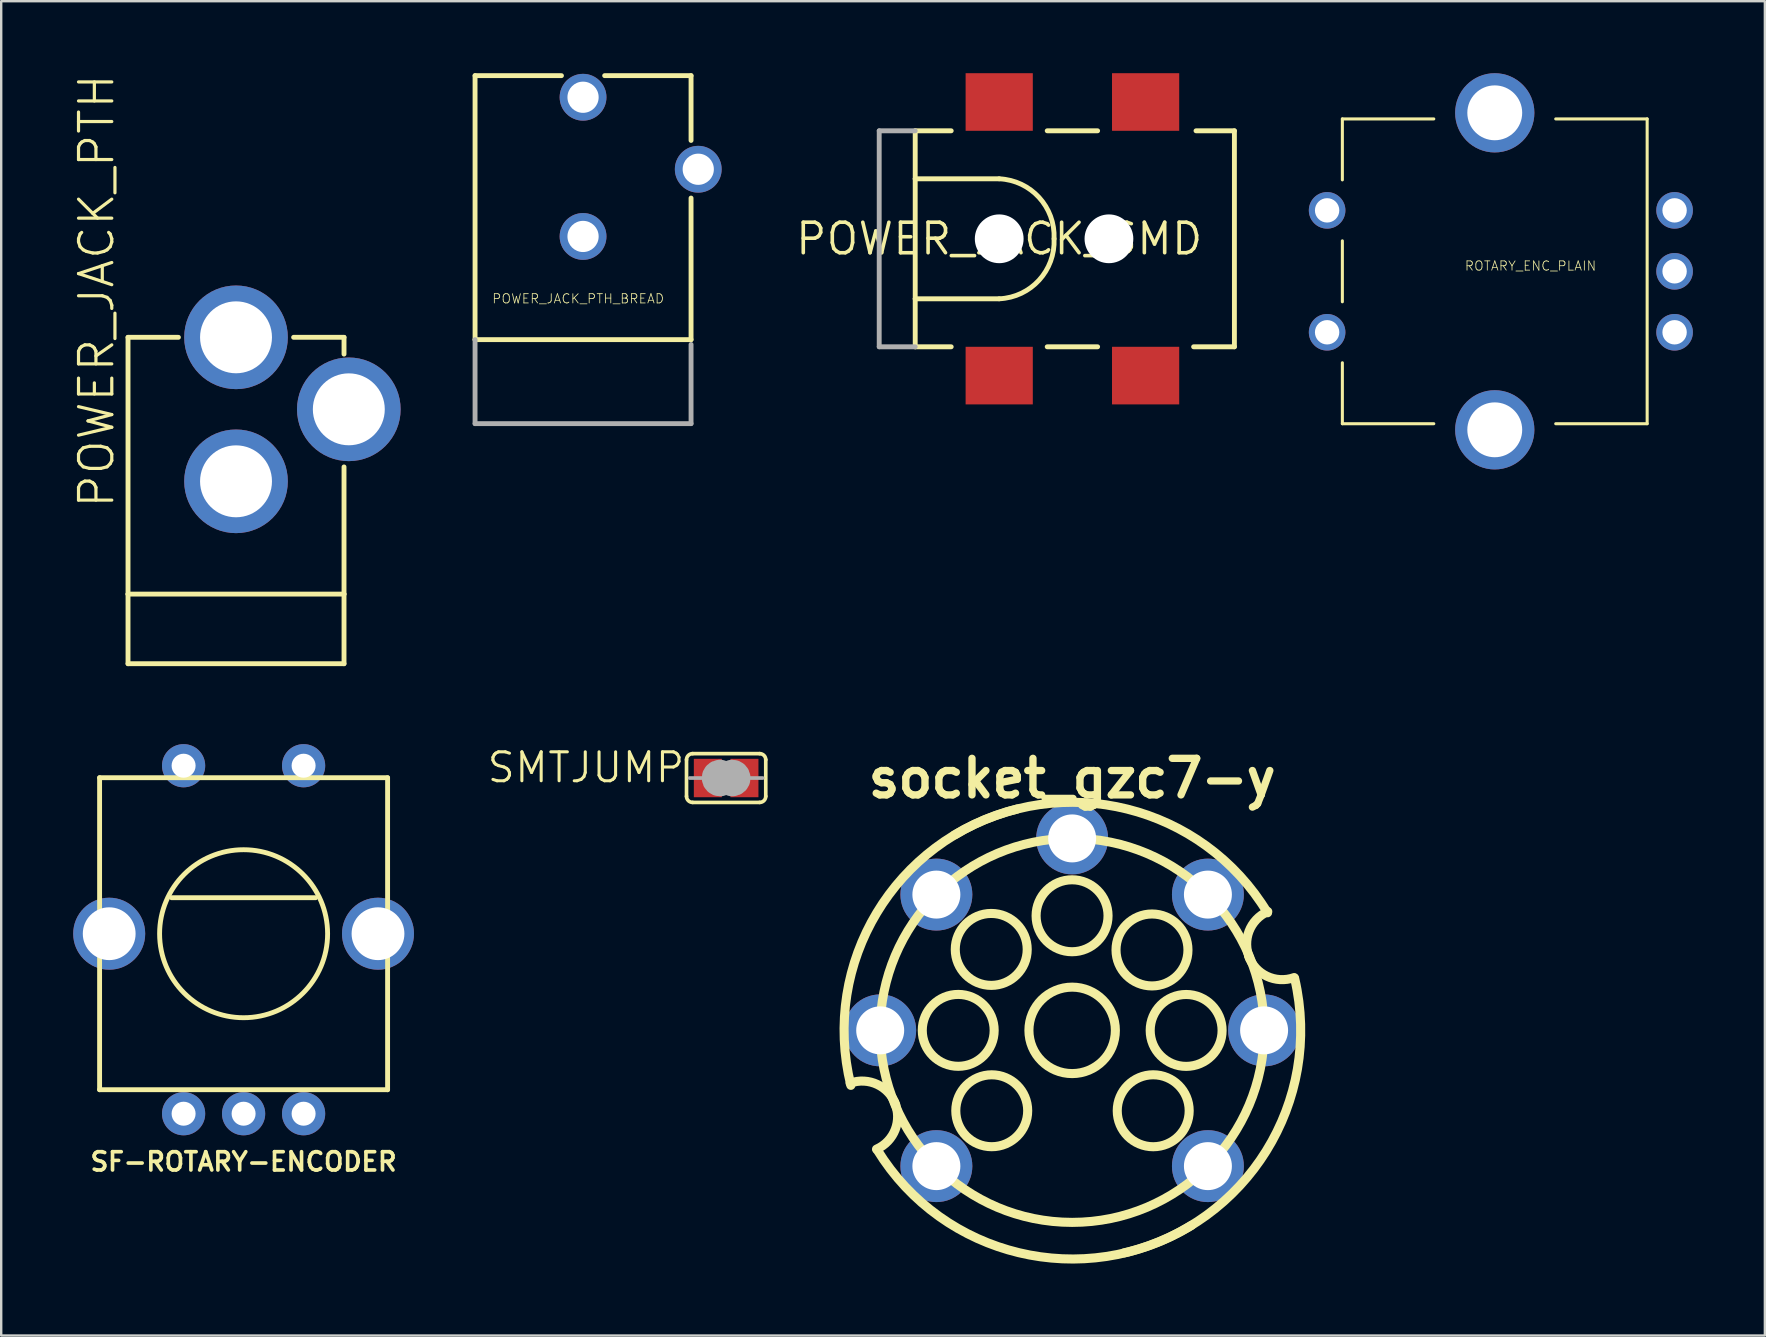
<source format=kicad_pcb>
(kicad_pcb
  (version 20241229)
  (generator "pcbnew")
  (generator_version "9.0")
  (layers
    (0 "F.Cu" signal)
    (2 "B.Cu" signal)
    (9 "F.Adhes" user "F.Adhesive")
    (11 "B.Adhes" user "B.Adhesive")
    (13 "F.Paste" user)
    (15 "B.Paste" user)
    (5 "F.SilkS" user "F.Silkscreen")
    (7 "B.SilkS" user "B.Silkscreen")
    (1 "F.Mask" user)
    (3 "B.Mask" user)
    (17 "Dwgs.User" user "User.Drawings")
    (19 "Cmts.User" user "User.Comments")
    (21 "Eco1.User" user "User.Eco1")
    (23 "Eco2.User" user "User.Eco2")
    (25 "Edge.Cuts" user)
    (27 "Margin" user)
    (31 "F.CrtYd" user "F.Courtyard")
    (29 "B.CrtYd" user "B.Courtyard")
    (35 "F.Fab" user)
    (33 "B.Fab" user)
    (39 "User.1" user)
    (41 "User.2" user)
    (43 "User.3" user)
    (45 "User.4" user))
  (footprint "ROTARY_ENC_PLAIN"
    (layer "F.Cu")
    (at 59.232 8.255)
    (property "Reference" "ROTARY_ENC_PLAIN" (at -1.27 0 0) (layer "F.SilkS") (effects (font (size 0.386 0.386) (thickness 0.033)) (justify left bottom)))
    (attr through_hole)
    (fp_line (start -6.35 -6.35) (end -6.35 -3.81) (stroke (width 0.127) (type solid)) (layer "F.SilkS"))
    (fp_line (start -6.35 -6.35) (end -2.54 -6.35) (stroke (width 0.127) (type solid)) (layer "F.SilkS"))
    (fp_line (start -6.35 -1.27) (end -6.35 1.27) (stroke (width 0.127) (type solid)) (layer "F.SilkS"))
    (fp_line (start -6.35 6.35) (end -6.35 3.81) (stroke (width 0.127) (type solid)) (layer "F.SilkS"))
    (fp_line (start -2.54 6.35) (end -6.35 6.35) (stroke (width 0.127) (type solid)) (layer "F.SilkS"))
    (fp_line (start 2.54 -6.35) (end 6.35 -6.35) (stroke (width 0.127) (type solid)) (layer "F.SilkS"))
    (fp_line (start 6.35 -6.35) (end 6.35 6.35) (stroke (width 0.127) (type solid)) (layer "F.SilkS"))
    (fp_line (start 6.35 6.35) (end 2.54 6.35) (stroke (width 0.127) (type solid)) (layer "F.SilkS"))
    (pad "A" thru_hole circle (at 7.493 2.54) (size 1.524 1.524) (drill 1.016) (layers "*.Cu" "*.Mask"))
    (pad "B" thru_hole circle (at 7.493 -2.54) (size 1.524 1.524) (drill 1.016) (layers "*.Cu" "*.Mask"))
    (pad "C" thru_hole circle (at 7.493 0) (size 1.524 1.524) (drill 1.016) (layers "*.Cu" "*.Mask"))
    (pad "P$3" thru_hole circle (at 0 -6.604) (size 3.302 3.302) (drill 2.286) (layers "*.Cu" "*.Mask"))
    (pad "P$4" thru_hole circle (at 0 6.604) (size 3.302 3.302) (drill 2.286) (layers "*.Cu" "*.Mask"))
    (pad "SW+" thru_hole circle (at -6.985 -2.54) (size 1.524 1.524) (drill 1.016) (layers "*.Cu" "*.Mask"))
    (pad "SW-" thru_hole circle (at -6.985 2.54) (size 1.524 1.524) (drill 1.016) (layers "*.Cu" "*.Mask")))
  (footprint "SMTJUMP"
    (layer "F.Cu")
    (at 27.206 29.368)
    (property "Reference" "SMTJUMP" (at -1.651 -1.143 0) (layer "F.SilkS") (effects (font (size 1.206 1.206) (thickness 0.127)) (justify right top)))
    (attr through_hole)
    (fp_poly (pts (xy -0.076 0.914) (xy 0.076 0.914) (xy 0.076 -0.914) (xy -0.076 -0.914)) (stroke (width 0) (type solid)) (fill yes) (layer "F.Mask"))
    (fp_line (start -1.651 0.762) (end -1.651 -0.762) (stroke (width 0.152) (type solid)) (layer "F.SilkS"))
    (fp_line (start -1.397 -1.016) (end 1.397 -1.016) (stroke (width 0.152) (type solid)) (layer "F.SilkS"))
    (fp_line (start 1.397 1.016) (end -1.397 1.016) (stroke (width 0.152) (type solid)) (layer "F.SilkS"))
    (fp_line (start 1.651 0.762) (end 1.651 -0.762) (stroke (width 0.152) (type solid)) (layer "F.SilkS"))
    (fp_arc (start -1.651 -0.762) (mid -1.576605 -0.941605) (end -1.397 -1.016) (stroke (width 0.1524) (type solid)) (layer "F.SilkS"))
    (fp_arc (start -1.397 1.016) (mid -1.576605 0.941605) (end -1.651 0.762) (stroke (width 0.1524) (type solid)) (layer "F.SilkS"))
    (fp_arc (start 1.397 -1.016) (mid 1.576605 -0.941605) (end 1.651 -0.762) (stroke (width 0.1524) (type solid)) (layer "F.SilkS"))
    (fp_arc (start 1.651 0.762) (mid 1.576605 0.941605) (end 1.397 1.016) (stroke (width 0.1524) (type solid)) (layer "F.SilkS"))
    (fp_line (start -1.016 0) (end -1.524 0) (stroke (width 0.152) (type solid)) (layer "F.Fab"))
    (fp_line (start 1.016 0) (end 1.524 0) (stroke (width 0.152) (type solid)) (layer "F.Fab"))
    (fp_arc (start -0.254 0.127) (mid -0.381 0) (end -0.254 -0.127) (stroke (width 1.27) (type solid)) (layer "F.Fab"))
    (fp_arc (start 0.254 -0.127) (mid 0.381 0) (end 0.254 0.127) (stroke (width 1.27) (type solid)) (layer "F.Fab"))
    (pad "1" smd rect (at -0.762 0) (size 1.168 1.6) (layers "F.Cu" "F.Mask" "F.Paste"))
    (pad "2" smd rect (at 0.762 0) (size 1.168 1.6) (layers "F.Cu" "F.Mask" "F.Paste")))
  (footprint "POWER_JACK_PTH"
    (layer "F.Cu")
    (at 6.784 24.705)
    (property "Reference" "POWER_JACK_PTH" (at -5 -6.5 90) (layer "F.SilkS") (effects (font (size 1.386 1.386) (thickness 0.133)) (justify left bottom)))
    (attr through_hole)
    (fp_line (start -4.5 -13.7) (end -2.4 -13.7) (stroke (width 0.203) (type solid)) (layer "F.SilkS"))
    (fp_line (start -4.5 -3) (end -4.5 -13.7) (stroke (width 0.203) (type solid)) (layer "F.SilkS"))
    (fp_line (start -4.5 -3) (end -4.5 -0.1) (stroke (width 0.203) (type solid)) (layer "F.SilkS"))
    (fp_line (start -4.5 -3) (end 4.5 -3) (stroke (width 0.203) (type solid)) (layer "F.SilkS"))
    (fp_line (start 4.5 -13.7) (end 2.4 -13.7) (stroke (width 0.203) (type solid)) (layer "F.SilkS"))
    (fp_line (start 4.5 -13.7) (end 4.5 -13) (stroke (width 0.203) (type solid)) (layer "F.SilkS"))
    (fp_line (start 4.5 -3) (end 4.5 -8.3) (stroke (width 0.203) (type solid)) (layer "F.SilkS"))
    (fp_line (start 4.5 -0.1) (end -4.5 -0.1) (stroke (width 0.203) (type solid)) (layer "F.SilkS"))
    (fp_line (start 4.5 -0.1) (end 4.5 -3) (stroke (width 0.203) (type solid)) (layer "F.SilkS"))
    (pad "B+" thru_hole circle (at 4.7 -10.7 90) (size 4.318 4.318) (drill 2.997) (layers "*.Cu" "*.Mask"))
    (pad "GND" thru_hole circle (at 0 -13.7) (size 4.318 4.318) (drill 2.997) (layers "*.Cu" "*.Mask"))
    (pad "PWR" thru_hole circle (at 0 -7.7) (size 4.318 4.318) (drill 2.997) (layers "*.Cu" "*.Mask")))
  (footprint "socket_gzc7-y"
    (layer "F.Cu")
    (at 41.623 39.882)
    (property "Reference" "socket_gzc7-y" (at 0 -10.5 0) (layer "F.SilkS") (effects (font (size 1.524 1.524) (thickness 0.305))))
    (attr through_hole)
    (fp_arc (start -9.25068 2.19964) (mid -8.114498 2.255734) (end -7.35076 3.0988) (stroke (width 0.37846) (type solid)) (layer "F.SilkS"))
    (fp_arc (start -9.2202 2.29108) (mid -8.139704 -4.899628) (end -2.29108 -9.2202) (stroke (width 0.37846) (type solid)) (layer "F.SilkS"))
    (fp_arc (start -7.39902 2.99974) (mid -7.370933 4.130811) (end -8.15086 4.95046) (stroke (width 0.37846) (type solid)) (layer "F.SilkS"))
    (fp_arc (start -4.89966 -8.1407) (mid 2.291761 -9.220927) (end 8.1407 -4.89966) (stroke (width 0.37846) (type solid)) (layer "F.SilkS"))
    (fp_arc (start 4.98094 8.12038) (mid -2.219919 9.264032) (end -8.12038 4.98094) (stroke (width 0.37846) (type solid)) (layer "F.SilkS"))
    (fp_arc (start 7.39902 -2.99974) (mid 7.370933 -4.130811) (end 8.15086 -4.95046) (stroke (width 0.37846) (type solid)) (layer "F.SilkS"))
    (fp_arc (start 9.25068 -2.19964) (mid 8.114498 -2.255734) (end 7.35076 -3.0988) (stroke (width 0.37846) (type solid)) (layer "F.SilkS"))
    (fp_arc (start 9.271 -2.16916) (mid 8.089415 5.021759) (end 2.16916 9.271) (stroke (width 0.37846) (type solid)) (layer "F.SilkS"))
    (fp_circle (center -4.747 0) (end -3.249 0) (stroke (width 0.378) (type solid)) (fill no) (layer "F.SilkS"))
    (fp_circle (center -3.371 -3.373) (end -1.872 -3.373) (stroke (width 0.378) (type solid)) (fill no) (layer "F.SilkS"))
    (fp_circle (center -3.35 3.35) (end -1.852 3.35) (stroke (width 0.378) (type solid)) (fill no) (layer "F.SilkS"))
    (fp_circle (center -0.003 -4.775) (end 1.496 -4.775) (stroke (width 0.378) (type solid)) (fill no) (layer "F.SilkS"))
    (fp_circle (center 0 0) (end 1.801 0) (stroke (width 0.378) (type solid)) (fill no) (layer "F.SilkS"))
    (fp_circle (center 0 0) (end 8.001 0) (stroke (width 0.378) (type solid)) (fill no) (layer "F.SilkS"))
    (fp_circle (center 3.327 -3.35) (end 4.826 -3.35) (stroke (width 0.378) (type solid)) (fill no) (layer "F.SilkS"))
    (fp_circle (center 3.378 3.35) (end 4.877 3.35) (stroke (width 0.378) (type solid)) (fill no) (layer "F.SilkS"))
    (fp_circle (center 4.75 0.003) (end 6.248 0.003) (stroke (width 0.378) (type solid)) (fill no) (layer "F.SilkS"))
    (pad "1" thru_hole circle (at 5.657 5.657) (size 2.997 2.997) (drill 1.999) (layers "*.Cu" "*.Mask"))
    (pad "2" thru_hole circle (at 7.998 0) (size 2.997 2.997) (drill 1.999) (layers "*.Cu" "*.Mask"))
    (pad "3" thru_hole circle (at 5.657 -5.657) (size 2.997 2.997) (drill 1.999) (layers "*.Cu" "*.Mask"))
    (pad "4" thru_hole circle (at 0 -7.998) (size 2.997 2.997) (drill 1.999) (layers "*.Cu" "*.Mask"))
    (pad "5" thru_hole circle (at -5.657 -5.657) (size 2.997 2.997) (drill 1.999) (layers "*.Cu" "*.Mask"))
    (pad "6" thru_hole circle (at -7.998 0) (size 2.997 2.997) (drill 1.999) (layers "*.Cu" "*.Mask"))
    (pad "7" thru_hole circle (at -5.657 5.657) (size 2.997 2.997) (drill 1.999) (layers "*.Cu" "*.Mask")))
  (footprint "POWER_JACK_SMD"
    (layer "F.Cu")
    (at 38.584 6.9)
    (property "Reference" "POWER_JACK_SMD" (at 0 0 0) (layer "F.SilkS") (effects (font (size 1.27 1.27) (thickness 0.15))))
    (attr through_hole)
    (fp_line (start -3.5 -4.5) (end -3.5 -2.5) (stroke (width 0.203) (type solid)) (layer "F.SilkS"))
    (fp_line (start -3.5 -4.5) (end -2 -4.5) (stroke (width 0.203) (type solid)) (layer "F.SilkS"))
    (fp_line (start -3.5 -2.5) (end -3.5 2.5) (stroke (width 0.203) (type solid)) (layer "F.SilkS"))
    (fp_line (start -3.5 -2.5) (end 0 -2.5) (stroke (width 0.203) (type solid)) (layer "F.SilkS"))
    (fp_line (start -3.5 2.5) (end -3.5 4.5) (stroke (width 0.203) (type solid)) (layer "F.SilkS"))
    (fp_line (start -2 4.5) (end -3.5 4.5) (stroke (width 0.203) (type solid)) (layer "F.SilkS"))
    (fp_line (start 0 2.5) (end -3.5 2.5) (stroke (width 0.203) (type solid)) (layer "F.SilkS"))
    (fp_line (start 2 -4.5) (end 4.1 -4.5) (stroke (width 0.203) (type solid)) (layer "F.SilkS"))
    (fp_line (start 4.1 4.5) (end 2 4.5) (stroke (width 0.203) (type solid)) (layer "F.SilkS"))
    (fp_line (start 8.2 -4.5) (end 9.8 -4.5) (stroke (width 0.203) (type solid)) (layer "F.SilkS"))
    (fp_line (start 9.8 -4.5) (end 9.8 4.5) (stroke (width 0.203) (type solid)) (layer "F.SilkS"))
    (fp_line (start 9.8 4.5) (end 8.1 4.5) (stroke (width 0.203) (type solid)) (layer "F.SilkS"))
    (fp_arc (start 0 -2.5) (mid 1.660767 -1.723446) (end 2.286 0) (stroke (width 0.2032) (type solid)) (layer "F.SilkS"))
    (fp_arc (start 2.286 0) (mid 1.660767 1.723446) (end 0 2.5) (stroke (width 0.2032) (type solid)) (layer "F.SilkS"))
    (fp_line (start -5 -4.5) (end -5 4.5) (stroke (width 0.203) (type solid)) (layer "F.Fab"))
    (fp_line (start -5 -4.5) (end -3.5 -4.5) (stroke (width 0.203) (type solid)) (layer "F.Fab"))
    (fp_line (start -3.5 4.5) (end -5 4.5) (stroke (width 0.203) (type solid)) (layer "F.Fab"))
    (pad "" np_thru_hole circle (at 0 0) (size 2.032 2.032) (drill 2.032) (layers "*.Cu"))
    (pad "" np_thru_hole circle (at 4.572 0) (size 2.032 2.032) (drill 2.032) (layers "*.Cu"))
    (pad "GND" smd rect (at 0 5.7) (size 2.8 2.4) (layers "F.Cu" "F.Mask" "F.Paste"))
    (pad "P$4" smd rect (at 6.1 5.7) (size 2.8 2.4) (layers "F.Cu" "F.Mask" "F.Paste"))
    (pad "VIN0" smd rect (at 0 -5.7) (size 2.8 2.4) (layers "F.Cu" "F.Mask" "F.Paste"))
    (pad "VIN1" smd rect (at 6.1 -5.7) (size 2.8 2.4) (layers "F.Cu" "F.Mask" "F.Paste")))
  (footprint "POWER_JACK_PTH_BREAD"
    (layer "F.Cu")
    (at 21.244 14.702)
    (property "Reference" "POWER_JACK_PTH_BREAD" (at -3.81 -5.08 0) (layer "F.SilkS") (effects (font (size 0.386 0.386) (thickness 0.033)) (justify left bottom)))
    (attr through_hole)
    (fp_line (start -4.5 -14.6) (end -0.9 -14.6) (stroke (width 0.203) (type solid)) (layer "F.SilkS"))
    (fp_line (start -4.5 -3.6) (end -4.5 -14.6) (stroke (width 0.203) (type solid)) (layer "F.SilkS"))
    (fp_line (start -4.5 -3.6) (end 4.5 -3.6) (stroke (width 0.203) (type solid)) (layer "F.SilkS"))
    (fp_line (start 4.5 -14.6) (end 0.9 -14.6) (stroke (width 0.203) (type solid)) (layer "F.SilkS"))
    (fp_line (start 4.5 -14.6) (end 4.5 -11.9) (stroke (width 0.203) (type solid)) (layer "F.SilkS"))
    (fp_line (start 4.5 -3.6) (end 4.5 -9.5) (stroke (width 0.203) (type solid)) (layer "F.SilkS"))
    (fp_line (start -4.5 -3.6) (end -4.5 -0.1) (stroke (width 0.203) (type solid)) (layer "F.Fab"))
    (fp_line (start 4.5 -0.1) (end -4.5 -0.1) (stroke (width 0.203) (type solid)) (layer "F.Fab"))
    (fp_line (start 4.5 -0.1) (end 4.5 -3.4) (stroke (width 0.203) (type solid)) (layer "F.Fab"))
    (pad "GND" thru_hole circle (at 0 -7.9) (size 1.95 1.95) (drill 1.3) (layers "*.Cu" "*.Mask"))
    (pad "GNDBREAK" thru_hole circle (at 4.8 -10.7 90) (size 1.95 1.95) (drill 1.3) (layers "*.Cu" "*.Mask"))
    (pad "PWR" thru_hole circle (at 0 -13.7) (size 1.95 1.95) (drill 1.3) (layers "*.Cu" "*.Mask")))
  (footprint "SF-ROTARY-ENCODER"
    (layer "F.Cu")
    (at 7.1 35.855)
    (property "Reference" "SF-ROTARY-ENCODER" (at 0 9.5 0) (layer "F.SilkS") (effects (font (size 0.762 0.762) (thickness 0.152))))
    (attr through_hole)
    (fp_line (start -6 -6.5) (end 6 -6.5) (stroke (width 0.203) (type solid)) (layer "F.SilkS"))
    (fp_line (start -6 6.5) (end -6 -6.5) (stroke (width 0.203) (type solid)) (layer "F.SilkS"))
    (fp_line (start 3 -1.5) (end -3 -1.5) (stroke (width 0.203) (type solid)) (layer "F.SilkS"))
    (fp_line (start 6 -6.5) (end 6 6.5) (stroke (width 0.203) (type solid)) (layer "F.SilkS"))
    (fp_line (start 6 6.5) (end -6 6.5) (stroke (width 0.203) (type solid)) (layer "F.SilkS"))
    (fp_circle (center 0 0) (end 3.5 0) (stroke (width 0.203) (type solid)) (fill no) (layer "F.SilkS"))
    (pad "" thru_hole circle (at -5.6 0) (size 3 3) (drill 2.2) (layers "*.Cu" "*.Mask"))
    (pad "" thru_hole circle (at 5.6 0) (size 3 3) (drill 2.2) (layers "*.Cu" "*.Mask"))
    (pad "1" thru_hole circle (at -2.5 -7) (size 1.8 1.8) (drill 1) (layers "*.Cu" "*.Mask"))
    (pad "2" thru_hole circle (at -2.5 7.5) (size 1.8 1.8) (drill 1) (layers "*.Cu" "*.Mask"))
    (pad "3" thru_hole circle (at 0 7.5) (size 1.8 1.8) (drill 1) (layers "*.Cu" "*.Mask"))
    (pad "4" thru_hole circle (at 2.5 7.5) (size 1.8 1.8) (drill 1) (layers "*.Cu" "*.Mask"))
    (pad "5" thru_hole circle (at 2.5 -7) (size 1.8 1.8) (drill 1) (layers "*.Cu" "*.Mask")))
  (gr_rect
    (start -3 -3)
    (end 70.487 52.598)
    (stroke (width 0.1) (type default))
    (fill no)
    (layer "Edge.Cuts")))
</source>
